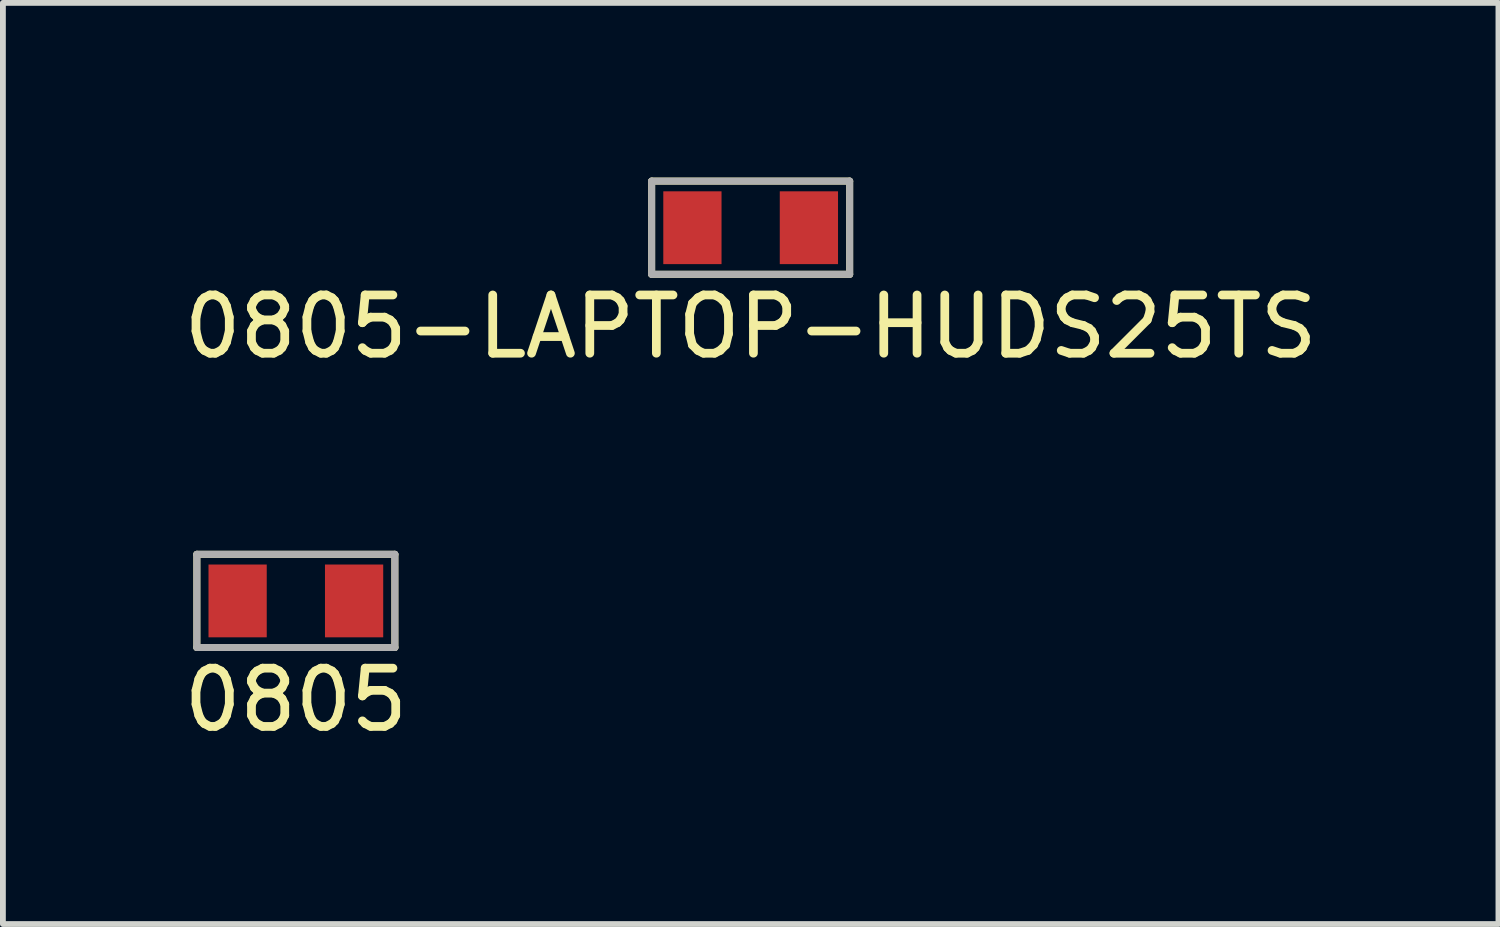
<source format=kicad_pcb>
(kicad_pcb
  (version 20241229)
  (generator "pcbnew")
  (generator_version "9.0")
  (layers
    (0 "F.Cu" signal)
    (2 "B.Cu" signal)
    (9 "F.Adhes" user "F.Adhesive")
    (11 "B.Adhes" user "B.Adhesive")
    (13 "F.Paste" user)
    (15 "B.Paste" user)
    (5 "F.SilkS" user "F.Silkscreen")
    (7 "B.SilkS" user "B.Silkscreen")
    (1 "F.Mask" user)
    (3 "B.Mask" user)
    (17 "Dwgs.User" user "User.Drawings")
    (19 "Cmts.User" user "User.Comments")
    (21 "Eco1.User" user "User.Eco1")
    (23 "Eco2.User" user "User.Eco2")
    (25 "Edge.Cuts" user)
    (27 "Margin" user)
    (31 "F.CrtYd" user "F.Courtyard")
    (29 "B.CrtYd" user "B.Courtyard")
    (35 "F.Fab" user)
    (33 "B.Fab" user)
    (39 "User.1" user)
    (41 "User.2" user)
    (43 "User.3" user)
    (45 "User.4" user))
  (footprint "0805"
    (layer "F.Cu")
    (at 2.03 7.268)
    (property "Reference" "0805" (at 0 1.7 0) (layer "F.SilkS") (effects (font (size 1 1) (thickness 0.15))))
    (attr through_hole)
    (fp_line (start -1.7 -0.8) (end 1.7 -0.8) (stroke (width 0.12) (type solid)) (layer "F.SilkS"))
    (fp_line (start -1.7 0.8) (end -1.7 -0.8) (stroke (width 0.12) (type solid)) (layer "F.SilkS"))
    (fp_line (start 1.7 -0.8) (end 1.7 0.8) (stroke (width 0.12) (type solid)) (layer "F.SilkS"))
    (fp_line (start 1.7 0.8) (end -1.7 0.8) (stroke (width 0.12) (type solid)) (layer "F.SilkS"))
    (fp_line (start -1.7 -0.8) (end -1.7 0.8) (stroke (width 0.12) (type solid)) (layer "F.Fab"))
    (fp_line (start -1.7 0.8) (end 1.7 0.8) (stroke (width 0.12) (type solid)) (layer "F.Fab"))
    (fp_line (start 1.7 -0.8) (end -1.7 -0.8) (stroke (width 0.12) (type solid)) (layer "F.Fab"))
    (fp_line (start 1.7 0.8) (end 1.7 -0.8) (stroke (width 0.12) (type solid)) (layer "F.Fab"))
    (pad "1" smd rect (at -1 0) (size 1 1.25) (layers "F.Cu" "F.Mask" "F.Paste"))
    (pad "2" smd rect (at 1 0) (size 1 1.25) (layers "F.Cu" "F.Mask" "F.Paste")))
  (footprint "0805-LAPTOP-HUDS25TS"
    (layer "F.Cu")
    (at 9.839 0.86)
    (property "Reference" "0805-LAPTOP-HUDS25TS" (at 0 1.7 0) (layer "F.SilkS") (effects (font (size 1 1) (thickness 0.15))))
    (attr through_hole)
    (fp_line (start -1.7 -0.8) (end 1.7 -0.8) (stroke (width 0.12) (type solid)) (layer "F.SilkS"))
    (fp_line (start -1.7 0.8) (end -1.7 -0.8) (stroke (width 0.12) (type solid)) (layer "F.SilkS"))
    (fp_line (start 1.7 -0.8) (end 1.7 0.8) (stroke (width 0.12) (type solid)) (layer "F.SilkS"))
    (fp_line (start 1.7 0.8) (end -1.7 0.8) (stroke (width 0.12) (type solid)) (layer "F.SilkS"))
    (fp_line (start -1.7 -0.8) (end -1.7 0.8) (stroke (width 0.12) (type solid)) (layer "F.Fab"))
    (fp_line (start -1.7 0.8) (end 1.7 0.8) (stroke (width 0.12) (type solid)) (layer "F.Fab"))
    (fp_line (start 1.7 -0.8) (end -1.7 -0.8) (stroke (width 0.12) (type solid)) (layer "F.Fab"))
    (fp_line (start 1.7 0.8) (end 1.7 -0.8) (stroke (width 0.12) (type solid)) (layer "F.Fab"))
    (pad "1" smd rect (at -1 0) (size 1 1.25) (layers "F.Cu" "F.Mask"))
    (pad "2" smd rect (at 1 0) (size 1 1.25) (layers "F.Cu" "F.Mask")))
  (gr_rect
    (start -3 -3)
    (end 22.679 12.816)
    (stroke (width 0.1) (type default))
    (fill no)
    (layer "Edge.Cuts")))
</source>
